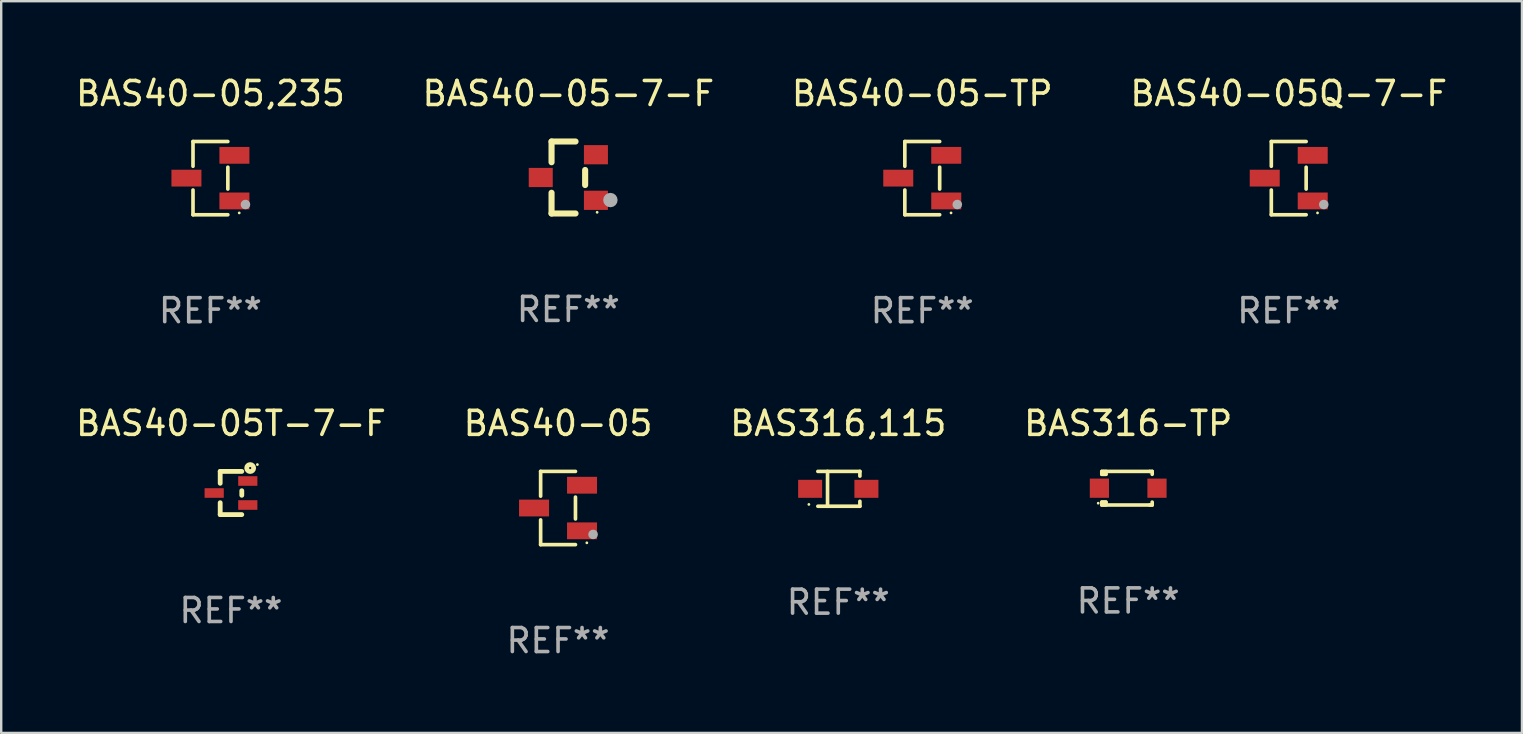
<source format=kicad_pcb>
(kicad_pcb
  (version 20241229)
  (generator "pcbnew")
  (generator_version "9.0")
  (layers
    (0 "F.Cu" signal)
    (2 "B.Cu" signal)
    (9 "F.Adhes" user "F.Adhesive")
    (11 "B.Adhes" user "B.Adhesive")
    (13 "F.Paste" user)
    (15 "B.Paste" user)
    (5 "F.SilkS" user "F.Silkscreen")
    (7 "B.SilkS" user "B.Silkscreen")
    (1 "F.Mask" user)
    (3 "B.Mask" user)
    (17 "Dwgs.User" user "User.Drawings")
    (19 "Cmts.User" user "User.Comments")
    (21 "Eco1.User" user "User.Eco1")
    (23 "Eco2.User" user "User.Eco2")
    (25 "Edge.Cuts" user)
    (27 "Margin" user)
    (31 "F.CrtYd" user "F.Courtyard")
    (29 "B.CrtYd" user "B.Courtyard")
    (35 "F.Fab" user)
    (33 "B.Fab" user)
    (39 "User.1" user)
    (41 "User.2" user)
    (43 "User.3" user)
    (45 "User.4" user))
  (footprint "BAS40-05,235"
    (layer "F.Cu")
    (at 5.72 4.374)
    (property "Reference" "BAS40-05,235" (at 0 -3.526 0) (layer "F.SilkS") (effects (font (size 1 1) (thickness 0.15))))
    (attr through_hole)
    (fp_line (start -0.726 -1.526) (end -0.726 -0.495) (stroke (width 0.152) (type solid)) (layer "F.SilkS"))
    (fp_line (start -0.726 1.526) (end -0.726 0.495) (stroke (width 0.152) (type solid)) (layer "F.SilkS"))
    (fp_line (start 0.726 -1.526) (end -0.726 -1.526) (stroke (width 0.152) (type solid)) (layer "F.SilkS"))
    (fp_line (start 0.726 -0.455) (end 0.726 0.455) (stroke (width 0.152) (type solid)) (layer "F.SilkS"))
    (fp_line (start 0.726 1.526) (end -0.726 1.526) (stroke (width 0.152) (type solid)) (layer "F.SilkS"))
    (fp_circle (center 1.2 1.45) (end 1.23 1.45) (stroke (width 0.06) (type solid)) (fill no) (layer "F.SilkS"))
    (fp_circle (center 1.46 1.1) (end 1.56 1.1) (stroke (width 0.2) (type solid)) (fill no) (layer "F.Fab"))
    (fp_text user "REF**" (at 0 5.526 0) (layer "F.Fab") (effects (font (size 1 1) (thickness 0.15))))
    (pad "1" smd rect (at 1 0.95) (size 1.25 0.7) (layers "F.Cu" "F.Mask" "F.Paste"))
    (pad "2" smd rect (at 1 -0.95) (size 1.25 0.7) (layers "F.Cu" "F.Mask" "F.Paste"))
    (pad "3" smd rect (at -1 0) (size 1.25 0.7) (layers "F.Cu" "F.Mask" "F.Paste")))
  (footprint "BAS40-05T-7-F"
    (layer "F.Cu")
    (at 6.577 17.497)
    (property "Reference" "BAS40-05T-7-F" (at 0 -2.9 0) (layer "F.SilkS") (effects (font (size 1 1) (thickness 0.15))))
    (attr through_hole)
    (fp_line (start -0.45 -0.9) (end 0.45 -0.9) (stroke (width 0.2) (type solid)) (layer "F.SilkS"))
    (fp_line (start -0.45 -0.404) (end -0.45 -0.9) (stroke (width 0.2) (type solid)) (layer "F.SilkS"))
    (fp_line (start -0.45 0.9) (end -0.45 0.404) (stroke (width 0.2) (type solid)) (layer "F.SilkS"))
    (fp_line (start -0.45 0.9) (end 0.45 0.9) (stroke (width 0.2) (type solid)) (layer "F.SilkS"))
    (fp_line (start 0.45 0.096) (end 0.45 -0.096) (stroke (width 0.2) (type solid)) (layer "F.SilkS"))
    (fp_circle (center 0.8 -1.04) (end 0.845 -1.04) (stroke (width 0.2) (type solid)) (fill no) (layer "F.SilkS"))
    (fp_circle (center 1.1 -1.185) (end 1.13 -1.185) (stroke (width 0.06) (type solid)) (fill no) (layer "F.SilkS"))
    (fp_text user "REF**" (at 0 4.9 0) (layer "F.Fab") (effects (font (size 1 1) (thickness 0.15))))
    (pad "1" smd rect (at 0.7 -0.5 90) (size 0.4 0.8) (layers "F.Cu" "F.Mask" "F.Paste"))
    (pad "2" smd rect (at 0.7 0.5 90) (size 0.4 0.8) (layers "F.Cu" "F.Mask" "F.Paste"))
    (pad "3" smd rect (at -0.7 0.000127 90) (size 0.4 0.8) (layers "F.Cu" "F.Mask" "F.Paste")))
  (footprint "BAS40-05Q-7-F"
    (layer "F.Cu")
    (at 50.661 4.374)
    (property "Reference" "BAS40-05Q-7-F" (at 0 -3.526 0) (layer "F.SilkS") (effects (font (size 1 1) (thickness 0.15))))
    (attr through_hole)
    (fp_line (start -0.726 -1.526) (end -0.726 -0.495) (stroke (width 0.152) (type solid)) (layer "F.SilkS"))
    (fp_line (start -0.726 1.526) (end -0.726 0.495) (stroke (width 0.152) (type solid)) (layer "F.SilkS"))
    (fp_line (start 0.726 -1.526) (end -0.726 -1.526) (stroke (width 0.152) (type solid)) (layer "F.SilkS"))
    (fp_line (start 0.726 -0.455) (end 0.726 0.455) (stroke (width 0.152) (type solid)) (layer "F.SilkS"))
    (fp_line (start 0.726 1.526) (end -0.726 1.526) (stroke (width 0.152) (type solid)) (layer "F.SilkS"))
    (fp_circle (center 1.2 1.45) (end 1.23 1.45) (stroke (width 0.06) (type solid)) (fill no) (layer "F.SilkS"))
    (fp_circle (center 1.46 1.1) (end 1.56 1.1) (stroke (width 0.2) (type solid)) (fill no) (layer "F.Fab"))
    (fp_text user "REF**" (at 0 5.526 0) (layer "F.Fab") (effects (font (size 1 1) (thickness 0.15))))
    (pad "1" smd rect (at 1 0.95) (size 1.25 0.7) (layers "F.Cu" "F.Mask" "F.Paste"))
    (pad "2" smd rect (at 1 -0.95) (size 1.25 0.7) (layers "F.Cu" "F.Mask" "F.Paste"))
    (pad "3" smd rect (at -1 0) (size 1.25 0.7) (layers "F.Cu" "F.Mask" "F.Paste")))
  (footprint "BAS40-05-7-F"
    (layer "F.Cu")
    (at 20.637 4.348)
    (property "Reference" "BAS40-05-7-F" (at 0 -3.5 0) (layer "F.SilkS") (effects (font (size 1 1) (thickness 0.15))))
    (attr through_hole)
    (fp_line (start -0.7 -1.5) (end 0.3 -1.5) (stroke (width 0.254) (type solid)) (layer "F.SilkS"))
    (fp_line (start -0.7 -0.636) (end -0.7 -1.5) (stroke (width 0.254) (type solid)) (layer "F.SilkS"))
    (fp_line (start -0.7 1.5) (end -0.7 0.636) (stroke (width 0.254) (type solid)) (layer "F.SilkS"))
    (fp_line (start -0.7 1.5) (end 0.3 1.5) (stroke (width 0.254) (type solid)) (layer "F.SilkS"))
    (fp_line (start 0.7 0.314) (end 0.7 -0.314) (stroke (width 0.254) (type solid)) (layer "F.SilkS"))
    (fp_circle (center 1.2 1.45) (end 1.23 1.45) (stroke (width 0.06) (type solid)) (fill no) (layer "F.SilkS"))
    (fp_circle (center 1.753 0.94) (end 1.903 0.94) (stroke (width 0.3) (type solid)) (fill no) (layer "F.Fab"))
    (fp_text user "REF**" (at 0 5.5 0) (layer "F.Fab") (effects (font (size 1 1) (thickness 0.15))))
    (pad "1" smd rect (at 1.15 0.95 180) (size 1 0.8) (layers "F.Cu" "F.Mask" "F.Paste"))
    (pad "2" smd rect (at 1.15 -0.95 180) (size 1 0.8) (layers "F.Cu" "F.Mask" "F.Paste"))
    (pad "3" smd rect (at -1.15 -0.000051 180) (size 1 0.8) (layers "F.Cu" "F.Mask" "F.Paste")))
  (footprint "BAS316-TP"
    (layer "F.Cu")
    (at 43.97 17.297)
    (property "Reference" "BAS316-TP" (at 0 -2.7 0) (layer "F.SilkS") (effects (font (size 1 1) (thickness 0.15))))
    (attr through_hole)
    (fp_line (start -1.1 -0.7) (end -1.1 -0.58) (stroke (width 0.152) (type solid)) (layer "F.SilkS"))
    (fp_line (start -1.1 0.58) (end -1.1 0.7) (stroke (width 0.152) (type solid)) (layer "F.SilkS"))
    (fp_line (start -1.1 0.58) (end -0.927 0.58) (stroke (width 0.152) (type solid)) (layer "F.SilkS"))
    (fp_line (start -1.1 0.7) (end 0.9 0.7) (stroke (width 0.152) (type solid)) (layer "F.SilkS"))
    (fp_line (start -1.014 -0.58) (end -1.014 -0.7) (stroke (width 0.152) (type solid)) (layer "F.SilkS"))
    (fp_line (start -1.014 0.7) (end -1.014 0.58) (stroke (width 0.152) (type solid)) (layer "F.SilkS"))
    (fp_line (start -0.927 -0.7) (end -0.927 -0.58) (stroke (width 0.152) (type solid)) (layer "F.SilkS"))
    (fp_line (start -0.927 -0.58) (end -1.1 -0.58) (stroke (width 0.152) (type solid)) (layer "F.SilkS"))
    (fp_line (start -0.927 0.58) (end -0.927 0.7) (stroke (width 0.152) (type solid)) (layer "F.SilkS"))
    (fp_line (start 0.9 -0.7) (end -1.1 -0.7) (stroke (width 0.152) (type solid)) (layer "F.SilkS"))
    (fp_line (start 0.9 0.7) (end 1 0.7) (stroke (width 0.152) (type solid)) (layer "F.SilkS"))
    (fp_line (start 1 -0.7) (end 0.9 -0.7) (stroke (width 0.152) (type solid)) (layer "F.SilkS"))
    (fp_line (start 1 -0.58) (end 1 -0.7) (stroke (width 0.152) (type solid)) (layer "F.SilkS"))
    (fp_line (start 1 0.7) (end 1 0.58) (stroke (width 0.152) (type solid)) (layer "F.SilkS"))
    (fp_circle (center -1.25 0.625) (end -1.22 0.625) (stroke (width 0.06) (type solid)) (fill no) (layer "F.SilkS"))
    (fp_text user "REF**" (at 0 4.7 0) (layer "F.Fab") (effects (font (size 1 1) (thickness 0.15))))
    (pad "1" smd rect (at -1.2 0) (size 0.8 0.8) (layers "F.Cu" "F.Mask" "F.Paste"))
    (pad "2" smd rect (at 1.2 0) (size 0.8 0.8) (layers "F.Cu" "F.Mask" "F.Paste")))
  (footprint "BAS316,115"
    (layer "F.Cu")
    (at 31.887 17.323)
    (property "Reference" "BAS316,115" (at 0 -2.726 0) (layer "F.SilkS") (effects (font (size 1 1) (thickness 0.15))))
    (attr through_hole)
    (fp_line (start -0.851 -0.726) (end 0.901 -0.726) (stroke (width 0.152) (type solid)) (layer "F.SilkS"))
    (fp_line (start -0.851 0.726) (end 0.901 0.726) (stroke (width 0.152) (type solid)) (layer "F.SilkS"))
    (fp_line (start -0.447 -0.726) (end -0.447 0.726) (stroke (width 0.152) (type solid)) (layer "F.SilkS"))
    (fp_line (start 0.901 -0.726) (end 0.901 -0.53) (stroke (width 0.152) (type solid)) (layer "F.SilkS"))
    (fp_line (start 0.901 0.726) (end 0.901 0.52) (stroke (width 0.152) (type solid)) (layer "F.SilkS"))
    (fp_circle (center -1.225 0.65) (end -1.195 0.65) (stroke (width 0.06) (type solid)) (fill no) (layer "F.SilkS"))
    (fp_text user "REF**" (at 0 4.726 0) (layer "F.Fab") (effects (font (size 1 1) (thickness 0.15))))
    (pad "1" smd rect (at -1.173 0) (size 1 0.75) (layers "F.Cu" "F.Mask" "F.Paste"))
    (pad "2" smd rect (at 1.173 0) (size 1 0.75) (layers "F.Cu" "F.Mask" "F.Paste")))
  (footprint "BAS40-05"
    (layer "F.Cu")
    (at 20.208 18.123)
    (property "Reference" "BAS40-05" (at 0 -3.526 0) (layer "F.SilkS") (effects (font (size 1 1) (thickness 0.15))))
    (attr through_hole)
    (fp_line (start -0.726 -1.526) (end -0.726 -0.495) (stroke (width 0.152) (type solid)) (layer "F.SilkS"))
    (fp_line (start -0.726 1.526) (end -0.726 0.495) (stroke (width 0.152) (type solid)) (layer "F.SilkS"))
    (fp_line (start 0.726 -1.526) (end -0.726 -1.526) (stroke (width 0.152) (type solid)) (layer "F.SilkS"))
    (fp_line (start 0.726 -0.455) (end 0.726 0.455) (stroke (width 0.152) (type solid)) (layer "F.SilkS"))
    (fp_line (start 0.726 1.526) (end -0.726 1.526) (stroke (width 0.152) (type solid)) (layer "F.SilkS"))
    (fp_circle (center 1.2 1.45) (end 1.23 1.45) (stroke (width 0.06) (type solid)) (fill no) (layer "F.SilkS"))
    (fp_circle (center 1.46 1.1) (end 1.56 1.1) (stroke (width 0.2) (type solid)) (fill no) (layer "F.Fab"))
    (fp_text user "REF**" (at 0 5.526 0) (layer "F.Fab") (effects (font (size 1 1) (thickness 0.15))))
    (pad "1" smd rect (at 1 0.95) (size 1.25 0.7) (layers "F.Cu" "F.Mask" "F.Paste"))
    (pad "2" smd rect (at 1 -0.95) (size 1.25 0.7) (layers "F.Cu" "F.Mask" "F.Paste"))
    (pad "3" smd rect (at -1 0) (size 1.25 0.7) (layers "F.Cu" "F.Mask" "F.Paste")))
  (footprint "BAS40-05-TP"
    (layer "F.Cu")
    (at 35.387 4.374)
    (property "Reference" "BAS40-05-TP" (at 0 -3.526 0) (layer "F.SilkS") (effects (font (size 1 1) (thickness 0.15))))
    (attr through_hole)
    (fp_line (start -0.726 -1.526) (end -0.726 -0.495) (stroke (width 0.152) (type solid)) (layer "F.SilkS"))
    (fp_line (start -0.726 1.526) (end -0.726 0.495) (stroke (width 0.152) (type solid)) (layer "F.SilkS"))
    (fp_line (start 0.726 -1.526) (end -0.726 -1.526) (stroke (width 0.152) (type solid)) (layer "F.SilkS"))
    (fp_line (start 0.726 -0.455) (end 0.726 0.455) (stroke (width 0.152) (type solid)) (layer "F.SilkS"))
    (fp_line (start 0.726 1.526) (end -0.726 1.526) (stroke (width 0.152) (type solid)) (layer "F.SilkS"))
    (fp_circle (center 1.2 1.45) (end 1.23 1.45) (stroke (width 0.06) (type solid)) (fill no) (layer "F.SilkS"))
    (fp_circle (center 1.46 1.1) (end 1.56 1.1) (stroke (width 0.2) (type solid)) (fill no) (layer "F.Fab"))
    (fp_text user "REF**" (at 0 5.526 0) (layer "F.Fab") (effects (font (size 1 1) (thickness 0.15))))
    (pad "1" smd rect (at 1 0.95) (size 1.25 0.7) (layers "F.Cu" "F.Mask" "F.Paste"))
    (pad "2" smd rect (at 1 -0.95) (size 1.25 0.7) (layers "F.Cu" "F.Mask" "F.Paste"))
    (pad "3" smd rect (at -1 0) (size 1.25 0.7) (layers "F.Cu" "F.Mask" "F.Paste")))
  (gr_rect
    (start -3 -3)
    (end 60.381 27.498)
    (stroke (width 0.1) (type default))
    (fill no)
    (layer "Edge.Cuts")))
</source>
